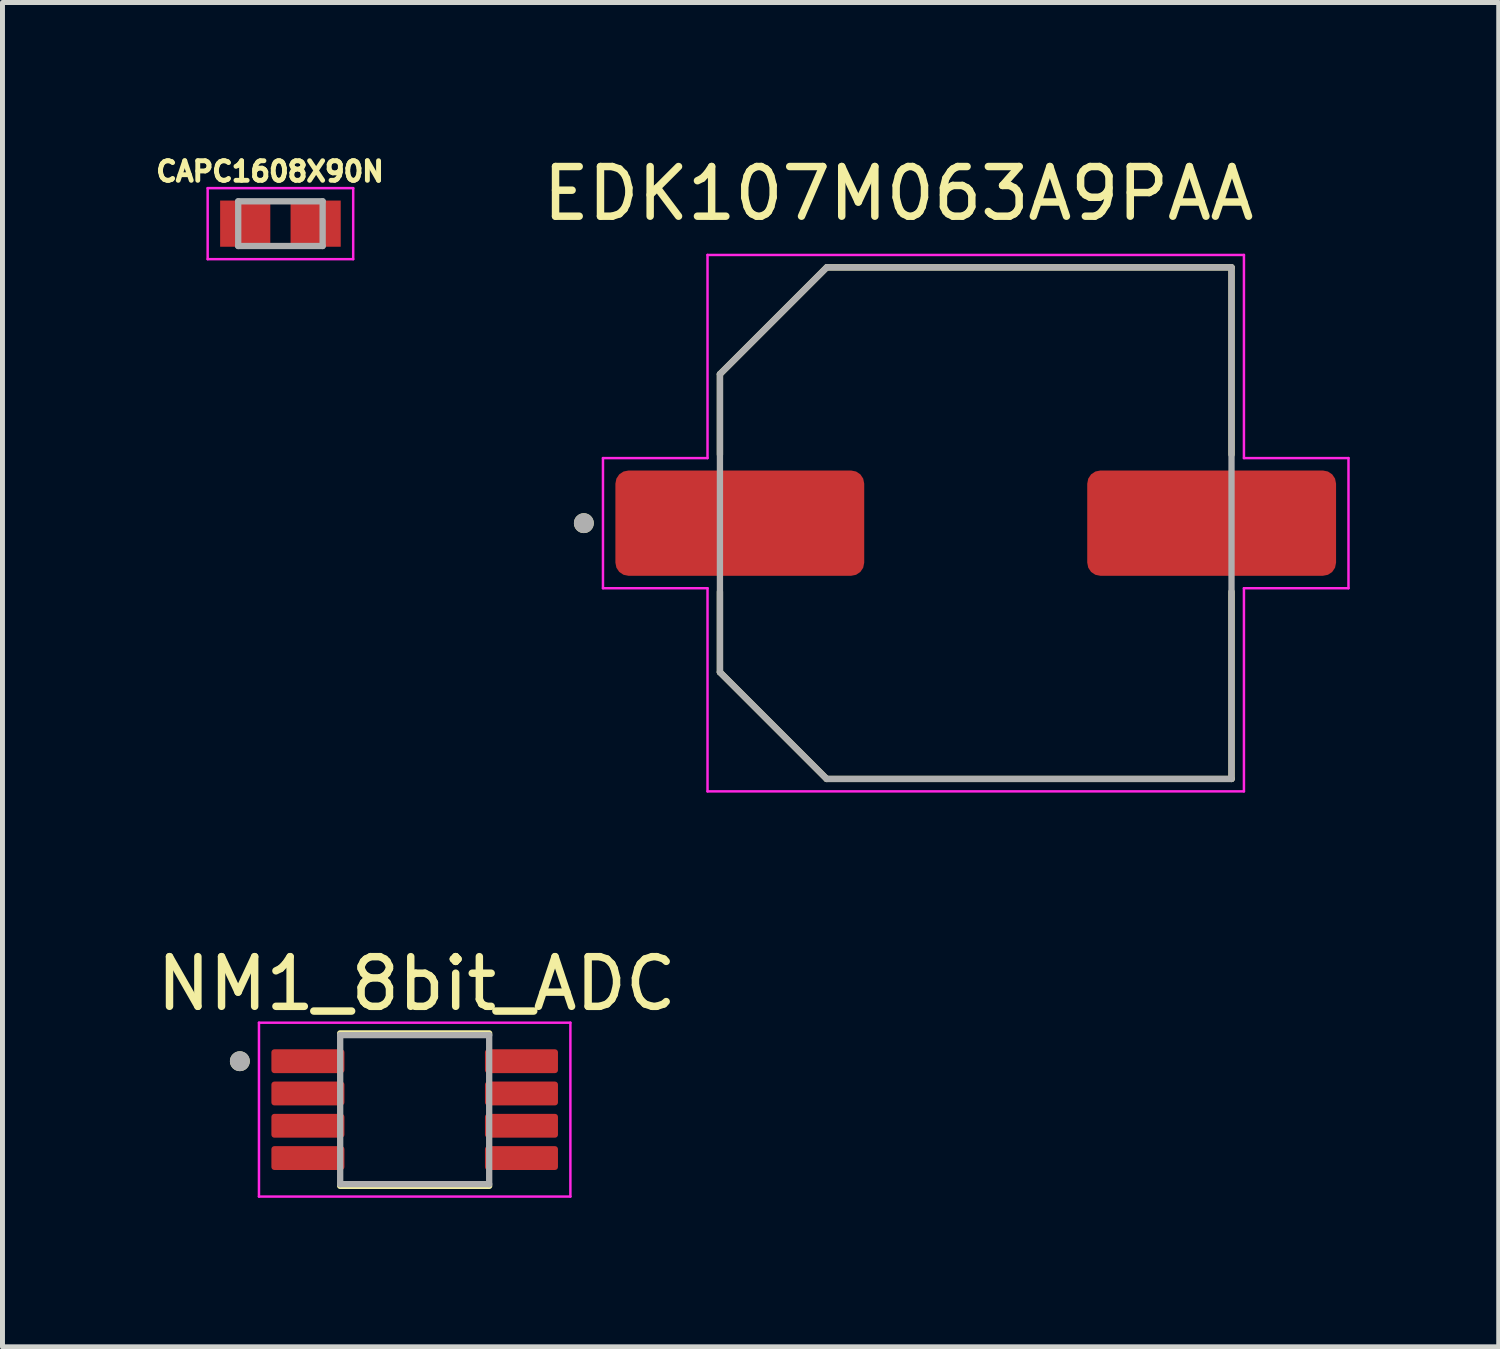
<source format=kicad_pcb>
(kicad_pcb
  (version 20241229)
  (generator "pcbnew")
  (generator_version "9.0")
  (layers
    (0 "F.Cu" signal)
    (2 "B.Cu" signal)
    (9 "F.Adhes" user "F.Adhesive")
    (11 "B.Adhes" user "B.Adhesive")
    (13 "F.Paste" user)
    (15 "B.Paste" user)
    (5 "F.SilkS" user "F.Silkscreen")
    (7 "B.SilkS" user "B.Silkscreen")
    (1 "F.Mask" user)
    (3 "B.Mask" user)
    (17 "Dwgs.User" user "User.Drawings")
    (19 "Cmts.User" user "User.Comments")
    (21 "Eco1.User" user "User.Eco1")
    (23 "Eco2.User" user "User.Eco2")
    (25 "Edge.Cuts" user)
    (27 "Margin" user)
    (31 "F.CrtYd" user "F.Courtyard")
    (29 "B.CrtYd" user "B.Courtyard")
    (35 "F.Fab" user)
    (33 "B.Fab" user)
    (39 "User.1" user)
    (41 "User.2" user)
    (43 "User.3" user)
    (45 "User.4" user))
  (footprint "CAPC1608X90N"
    (layer "F.Cu")
    (at 2.596 1.453)
    (property "Reference" "CAPC1608X90N" (at -0.21 -1.05 0) (layer "F.SilkS") (effects (font (size 0.394 0.394) (thickness 0.15))))
    (attr smd)
    (fp_line (start -1.465 -0.715) (end 1.465 -0.715) (stroke (width 0.05) (type solid)) (layer "F.CrtYd"))
    (fp_line (start -1.465 0.715) (end -1.465 -0.715) (stroke (width 0.05) (type solid)) (layer "F.CrtYd"))
    (fp_line (start -1.465 0.715) (end 1.465 0.715) (stroke (width 0.05) (type solid)) (layer "F.CrtYd"))
    (fp_line (start 1.465 0.715) (end 1.465 -0.715) (stroke (width 0.05) (type solid)) (layer "F.CrtYd"))
    (fp_line (start -0.85 0.45) (end -0.85 -0.45) (stroke (width 0.127) (type solid)) (layer "F.Fab"))
    (fp_line (start 0.85 -0.45) (end -0.85 -0.45) (stroke (width 0.127) (type solid)) (layer "F.Fab"))
    (fp_line (start 0.85 0.45) (end -0.85 0.45) (stroke (width 0.127) (type solid)) (layer "F.Fab"))
    (fp_line (start 0.85 0.45) (end 0.85 -0.45) (stroke (width 0.127) (type solid)) (layer "F.Fab"))
    (pad "1" smd rect (at -0.709 0) (size 1.01 0.93) (layers "F.Cu" "F.Mask" "F.Paste"))
    (pad "2" smd rect (at 0.709 0) (size 1.01 0.93) (layers "F.Cu" "F.Mask" "F.Paste")))
  (footprint "EDK107M063A9PAA"
    (layer "F.Cu")
    (at 16.595 7.483)
    (property "Reference" "EDK107M063A9PAA" (at -1.555 -6.635 0) (layer "F.SilkS") (effects (font (size 1 1) (thickness 0.15))))
    (attr smd)
    (fp_line (start -5.15 -3) (end -5.15 -1.38) (stroke (width 0.127) (type solid)) (layer "F.SilkS"))
    (fp_line (start -5.15 1.38) (end -5.15 3) (stroke (width 0.127) (type solid)) (layer "F.SilkS"))
    (fp_line (start -5.15 3) (end -3 5.15) (stroke (width 0.127) (type solid)) (layer "F.SilkS"))
    (fp_line (start -3 -5.15) (end -5.15 -3) (stroke (width 0.127) (type solid)) (layer "F.SilkS"))
    (fp_line (start -3 5.15) (end 5.15 5.15) (stroke (width 0.127) (type solid)) (layer "F.SilkS"))
    (fp_line (start 5.15 -5.15) (end -3 -5.15) (stroke (width 0.127) (type solid)) (layer "F.SilkS"))
    (fp_line (start 5.15 -1.38) (end 5.15 -5.15) (stroke (width 0.127) (type solid)) (layer "F.SilkS"))
    (fp_line (start 5.15 5.15) (end 5.15 1.38) (stroke (width 0.127) (type solid)) (layer "F.SilkS"))
    (fp_circle (center -7.89 0) (end -7.79 0) (stroke (width 0.2) (type solid)) (fill no) (layer "F.SilkS"))
    (fp_line (start -7.505 -1.31) (end -7.505 1.31) (stroke (width 0.05) (type solid)) (layer "F.CrtYd"))
    (fp_line (start -7.505 1.31) (end -5.4 1.31) (stroke (width 0.05) (type solid)) (layer "F.CrtYd"))
    (fp_line (start -5.4 -5.4) (end -5.4 -1.31) (stroke (width 0.05) (type solid)) (layer "F.CrtYd"))
    (fp_line (start -5.4 -1.31) (end -7.505 -1.31) (stroke (width 0.05) (type solid)) (layer "F.CrtYd"))
    (fp_line (start -5.4 1.31) (end -5.4 5.4) (stroke (width 0.05) (type solid)) (layer "F.CrtYd"))
    (fp_line (start -5.4 5.4) (end 5.4 5.4) (stroke (width 0.05) (type solid)) (layer "F.CrtYd"))
    (fp_line (start 5.4 -5.4) (end -5.4 -5.4) (stroke (width 0.05) (type solid)) (layer "F.CrtYd"))
    (fp_line (start 5.4 -1.31) (end 5.4 -5.4) (stroke (width 0.05) (type solid)) (layer "F.CrtYd"))
    (fp_line (start 5.4 1.31) (end 7.505 1.31) (stroke (width 0.05) (type solid)) (layer "F.CrtYd"))
    (fp_line (start 5.4 5.4) (end 5.4 1.31) (stroke (width 0.05) (type solid)) (layer "F.CrtYd"))
    (fp_line (start 7.505 -1.31) (end 5.4 -1.31) (stroke (width 0.05) (type solid)) (layer "F.CrtYd"))
    (fp_line (start 7.505 1.31) (end 7.505 -1.31) (stroke (width 0.05) (type solid)) (layer "F.CrtYd"))
    (fp_line (start -5.15 -3) (end -5.15 3) (stroke (width 0.127) (type solid)) (layer "F.Fab"))
    (fp_line (start -5.15 3) (end -3 5.15) (stroke (width 0.127) (type solid)) (layer "F.Fab"))
    (fp_line (start -3 -5.15) (end -5.15 -3) (stroke (width 0.127) (type solid)) (layer "F.Fab"))
    (fp_line (start -3 5.15) (end 5.15 5.15) (stroke (width 0.127) (type solid)) (layer "F.Fab"))
    (fp_line (start 5.15 -5.15) (end -3 -5.15) (stroke (width 0.127) (type solid)) (layer "F.Fab"))
    (fp_line (start 5.15 5.15) (end 5.15 -5.15) (stroke (width 0.127) (type solid)) (layer "F.Fab"))
    (fp_circle (center -7.89 0) (end -7.79 0) (stroke (width 0.2) (type solid)) (fill no) (layer "F.Fab"))
    (pad "1" smd roundrect (at -4.75 0) (size 5.01 2.12) (layers "F.Cu" "F.Mask" "F.Paste") (roundrect_rratio 0.125))
    (pad "2" smd roundrect (at 4.75 0) (size 5.01 2.12) (layers "F.Cu" "F.Mask" "F.Paste") (roundrect_rratio 0.125)))
  (footprint "NM1_8bit_ADC"
    (layer "F.Cu")
    (at 5.299 19.291)
    (property "Reference" "NM1_8bit_ADC" (at 0.04 -2.535 0) (layer "F.SilkS") (effects (font (size 1 1) (thickness 0.15))))
    (attr smd)
    (fp_line (start -1.5 -1.535) (end 1.5 -1.535) (stroke (width 0.127) (type solid)) (layer "F.SilkS"))
    (fp_line (start -1.5 1.535) (end 1.5 1.535) (stroke (width 0.127) (type solid)) (layer "F.SilkS"))
    (fp_circle (center -3.52 -0.975) (end -3.42 -0.975) (stroke (width 0.2) (type solid)) (fill no) (layer "F.SilkS"))
    (fp_line (start -3.135 -1.75) (end -3.135 1.75) (stroke (width 0.05) (type solid)) (layer "F.CrtYd"))
    (fp_line (start -3.135 -1.75) (end 3.135 -1.75) (stroke (width 0.05) (type solid)) (layer "F.CrtYd"))
    (fp_line (start -3.135 1.75) (end 3.135 1.75) (stroke (width 0.05) (type solid)) (layer "F.CrtYd"))
    (fp_line (start 3.135 -1.75) (end 3.135 1.75) (stroke (width 0.05) (type solid)) (layer "F.CrtYd"))
    (fp_line (start -1.5 -1.5) (end -1.5 1.5) (stroke (width 0.127) (type solid)) (layer "F.Fab"))
    (fp_line (start -1.5 -1.5) (end 1.5 -1.5) (stroke (width 0.127) (type solid)) (layer "F.Fab"))
    (fp_line (start -1.5 1.5) (end 1.5 1.5) (stroke (width 0.127) (type solid)) (layer "F.Fab"))
    (fp_line (start 1.5 -1.5) (end 1.5 1.5) (stroke (width 0.127) (type solid)) (layer "F.Fab"))
    (fp_circle (center -3.52 -0.975) (end -3.42 -0.975) (stroke (width 0.2) (type solid)) (fill no) (layer "F.Fab"))
    (pad "1" smd roundrect (at -2.15 -0.975) (size 1.47 0.48) (layers "F.Cu" "F.Mask" "F.Paste") (roundrect_rratio 0.125))
    (pad "2" smd roundrect (at -2.15 -0.325) (size 1.47 0.48) (layers "F.Cu" "F.Mask" "F.Paste") (roundrect_rratio 0.125))
    (pad "3" smd roundrect (at -2.15 0.325) (size 1.47 0.48) (layers "F.Cu" "F.Mask" "F.Paste") (roundrect_rratio 0.125))
    (pad "4" smd roundrect (at -2.15 0.975) (size 1.47 0.48) (layers "F.Cu" "F.Mask" "F.Paste") (roundrect_rratio 0.125))
    (pad "5" smd roundrect (at 2.15 0.975) (size 1.47 0.48) (layers "F.Cu" "F.Mask" "F.Paste") (roundrect_rratio 0.125))
    (pad "6" smd roundrect (at 2.15 0.325) (size 1.47 0.48) (layers "F.Cu" "F.Mask" "F.Paste") (roundrect_rratio 0.125))
    (pad "7" smd roundrect (at 2.15 -0.325) (size 1.47 0.48) (layers "F.Cu" "F.Mask" "F.Paste") (roundrect_rratio 0.125))
    (pad "8" smd roundrect (at 2.15 -0.975) (size 1.47 0.48) (layers "F.Cu" "F.Mask" "F.Paste") (roundrect_rratio 0.125)))
  (gr_rect
    (start -3 -3)
    (end 27.125 24.067)
    (stroke (width 0.1) (type default))
    (fill no)
    (layer "Edge.Cuts")))
</source>
